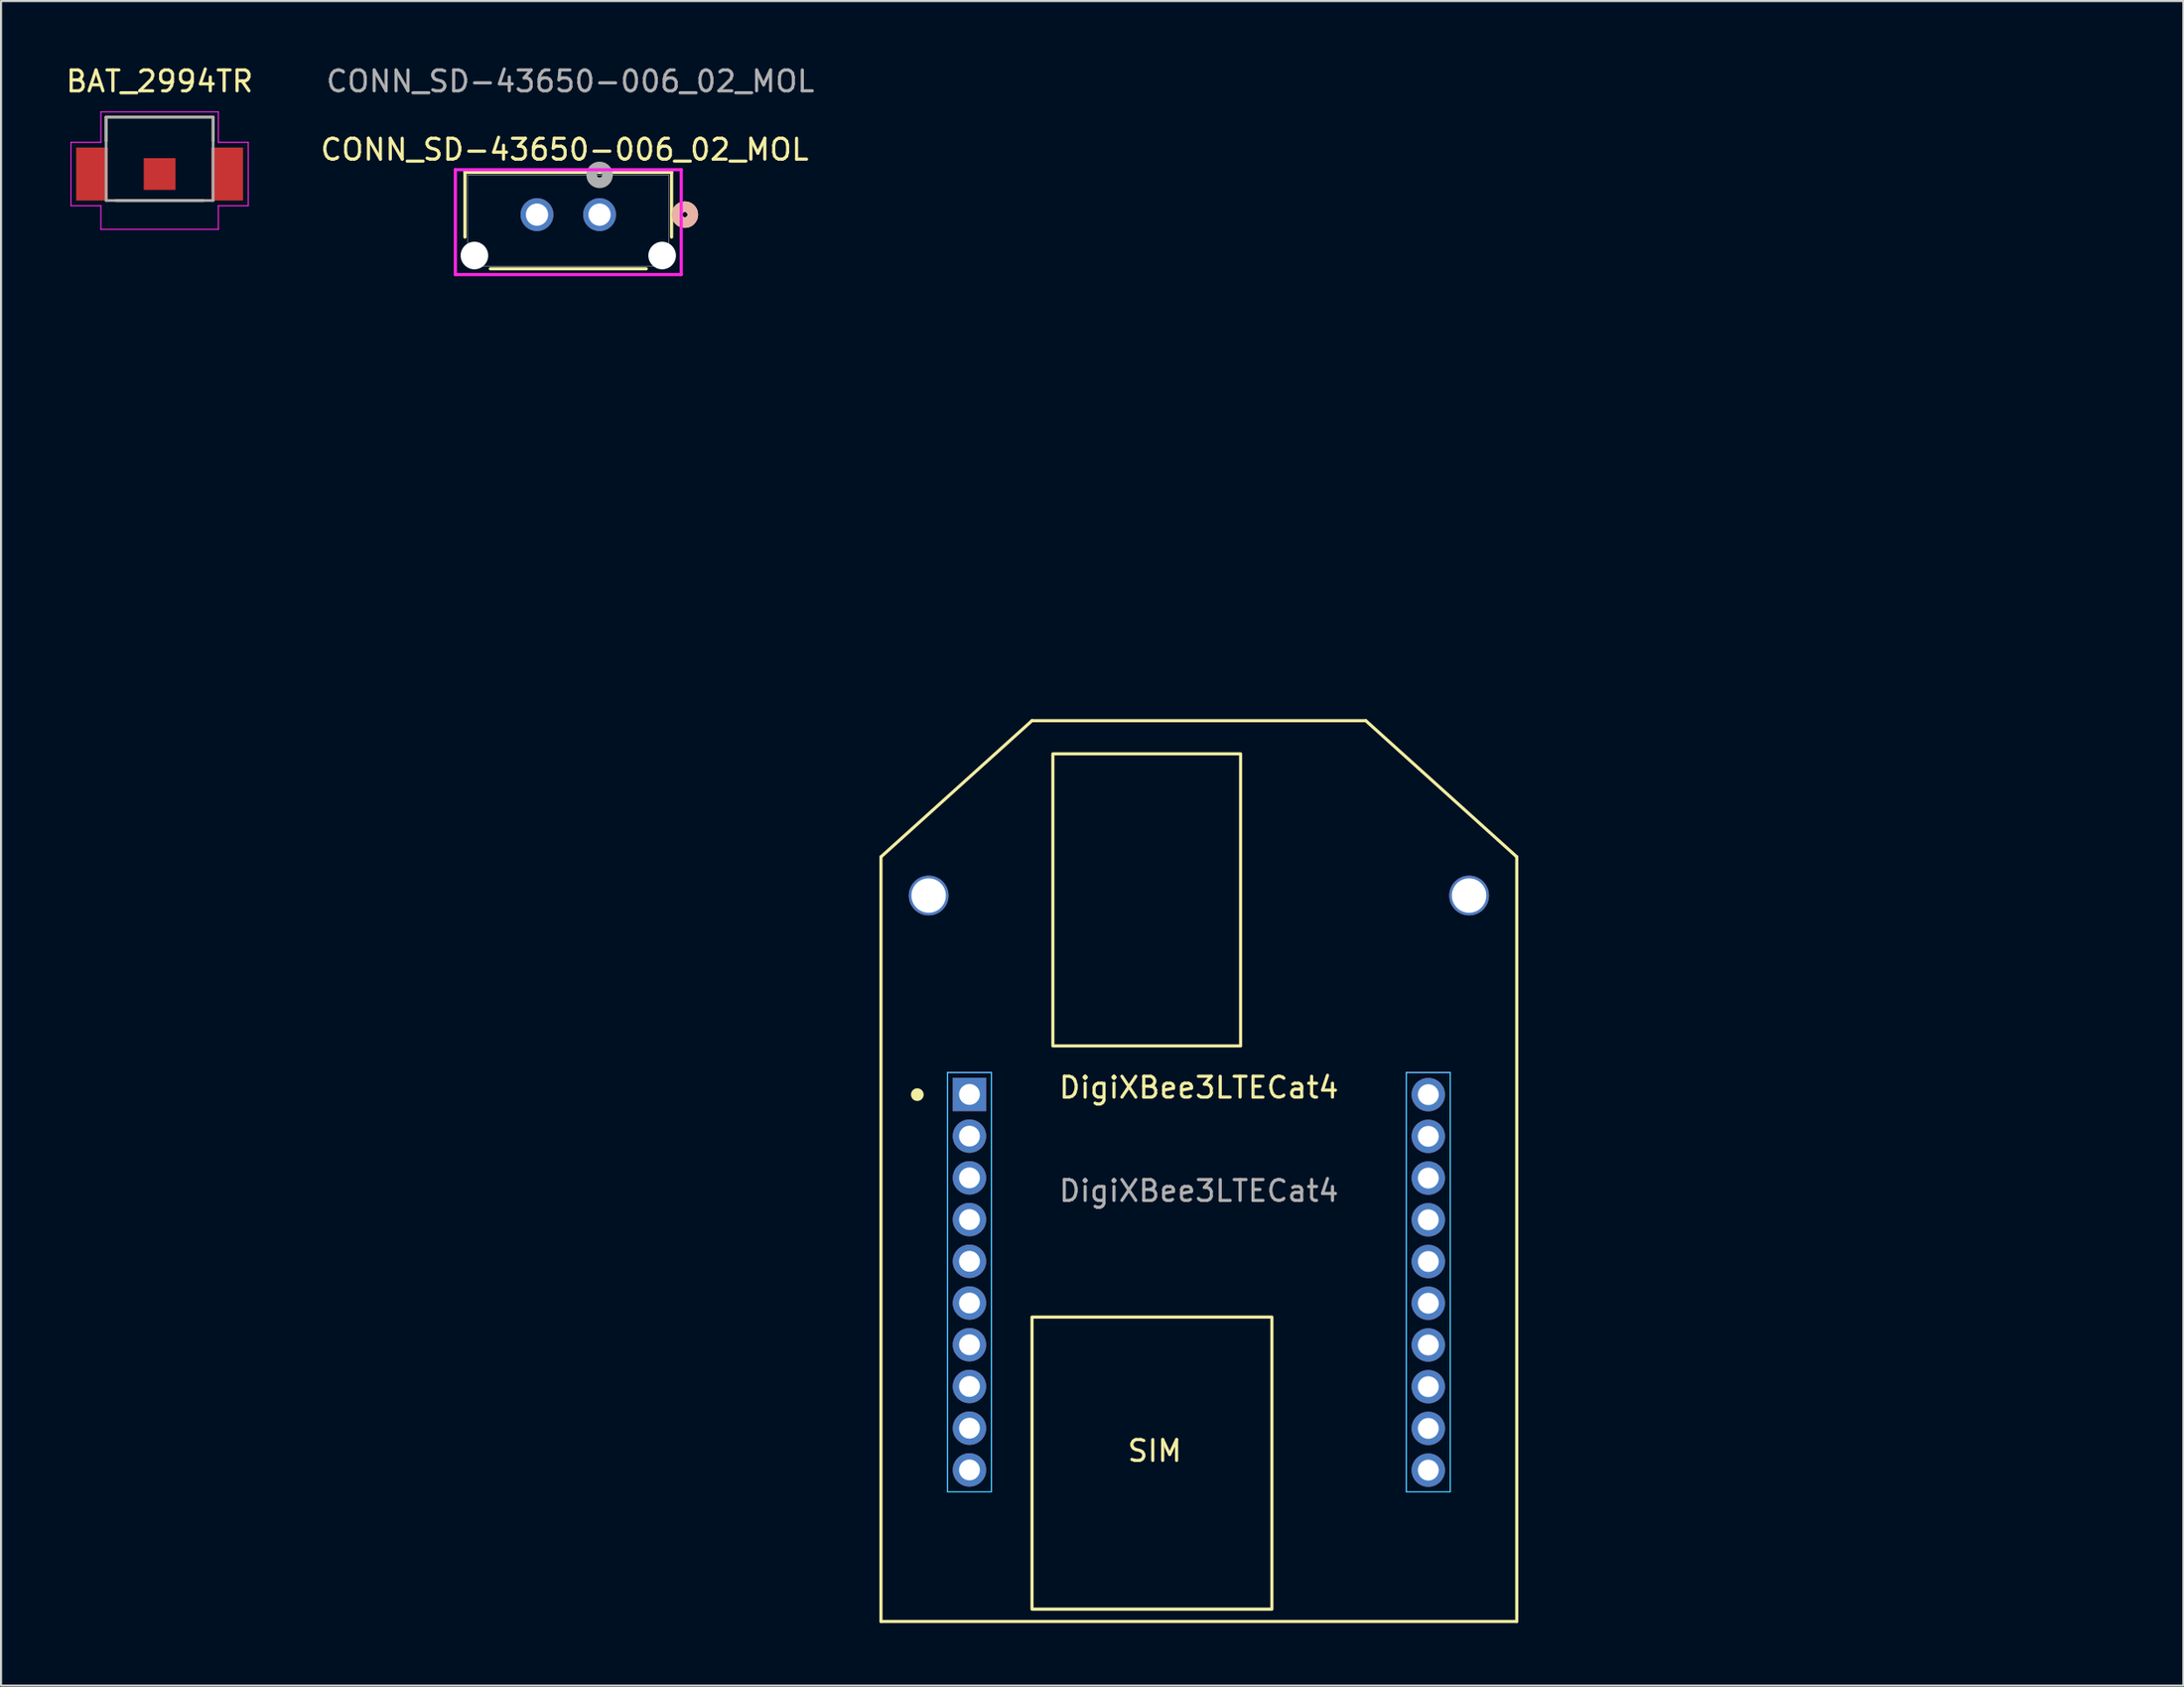
<source format=kicad_pcb>
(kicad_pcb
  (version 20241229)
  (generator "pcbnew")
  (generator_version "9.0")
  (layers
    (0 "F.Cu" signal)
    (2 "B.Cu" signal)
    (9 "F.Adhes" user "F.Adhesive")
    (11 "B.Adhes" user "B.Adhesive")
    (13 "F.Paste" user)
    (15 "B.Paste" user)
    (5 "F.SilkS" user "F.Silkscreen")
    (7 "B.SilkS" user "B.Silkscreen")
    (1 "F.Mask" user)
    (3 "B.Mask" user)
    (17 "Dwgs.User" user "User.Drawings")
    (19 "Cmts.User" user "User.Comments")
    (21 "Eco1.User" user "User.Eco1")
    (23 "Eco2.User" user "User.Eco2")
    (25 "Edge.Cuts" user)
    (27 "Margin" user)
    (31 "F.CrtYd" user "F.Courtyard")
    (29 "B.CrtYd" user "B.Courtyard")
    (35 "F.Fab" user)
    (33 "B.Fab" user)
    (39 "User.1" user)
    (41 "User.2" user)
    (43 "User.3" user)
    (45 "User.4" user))
  (footprint "CONN_SD-43650-006_02_MOL"
    (layer "F.Cu")
    (at 24.193 7.523)
    (property "Reference" "CONN_SD-43650-006_02_MOL" (at -0.175 -3.4 0) (unlocked yes) (layer "F.SilkS") (effects (font (size 1 1) (thickness 0.15))))
    (attr through_hole)
    (fp_line (start -4.953 -2.311) (end -4.953 0.792) (stroke (width 0.152) (type solid)) (layer "F.SilkS"))
    (fp_line (start -3.737 2.311) (end 3.737 2.311) (stroke (width 0.152) (type solid)) (layer "F.SilkS"))
    (fp_line (start 4.953 -2.311) (end -4.953 -2.311) (stroke (width 0.152) (type solid)) (layer "F.SilkS"))
    (fp_line (start 4.953 0.792) (end 4.953 -2.311) (stroke (width 0.152) (type solid)) (layer "F.SilkS"))
    (fp_circle (center 5.588 -0.284) (end 5.969 -0.284) (stroke (width 0.508) (type solid)) (fill no) (layer "F.SilkS"))
    (fp_circle (center 5.588 -0.284) (end 5.969 -0.284) (stroke (width 0.508) (type solid)) (fill no) (layer "B.SilkS"))
    (fp_line (start -5.414 -2.438) (end -5.414 2.59) (stroke (width 0.152) (type solid)) (layer "F.CrtYd"))
    (fp_line (start -5.414 2.59) (end 5.414 2.59) (stroke (width 0.152) (type solid)) (layer "F.CrtYd"))
    (fp_line (start 5.414 -2.438) (end -5.414 -2.438) (stroke (width 0.152) (type solid)) (layer "F.CrtYd"))
    (fp_line (start 5.414 2.59) (end 5.414 -2.438) (stroke (width 0.152) (type solid)) (layer "F.CrtYd"))
    (fp_line (start -4.826 -2.184) (end -4.826 2.184) (stroke (width 0.025) (type solid)) (layer "F.Fab"))
    (fp_line (start -4.826 2.184) (end 4.826 2.184) (stroke (width 0.025) (type solid)) (layer "F.Fab"))
    (fp_line (start 4.826 -2.184) (end -4.826 -2.184) (stroke (width 0.025) (type solid)) (layer "F.Fab"))
    (fp_line (start 4.826 2.184) (end 4.826 -2.184) (stroke (width 0.025) (type solid)) (layer "F.Fab"))
    (fp_circle (center 1.5 -2.189) (end 1.881 -2.189) (stroke (width 0.508) (type solid)) (fill no) (layer "F.Fab"))
    (fp_text user "${REFERENCE}" (at 0.1 -6.675 0) (unlocked yes) (layer "F.Fab") (effects (font (size 1 1) (thickness 0.15))))
    (pad "" np_thru_hole circle (at -4.5 1.676) (size 1.321 1.321) (drill 1.321) (layers "*.Cu" "*.Mask"))
    (pad "" np_thru_hole circle (at 4.5 1.676) (size 1.321 1.321) (drill 1.321) (layers "*.Cu" "*.Mask"))
    (pad "1" thru_hole circle (at 1.5 -0.284) (size 1.575 1.575) (drill 1.067) (layers "*.Cu" "*.Mask"))
    (pad "2" thru_hole circle (at -1.5 -0.284) (size 1.575 1.575) (drill 1.067) (layers "*.Cu" "*.Mask")))
  (footprint "DigiXBee3LTECat4"
    (layer "F.Cu")
    (at 54.423 53.086)
    (property "Reference" "DigiXBee3LTECat4" (at 0 -4 0) (unlocked yes) (layer "F.SilkS") (effects (font (size 1 1) (thickness 0.15))))
    (attr through_hole)
    (fp_line (start -15.24 -15.062) (end -15.24 21.59) (stroke (width 0.15) (type default)) (layer "F.SilkS"))
    (fp_line (start -15.24 -15.062) (end -8.001 -21.59) (stroke (width 0.15) (type default)) (layer "F.SilkS"))
    (fp_line (start -8.001 -21.59) (end 8.001 -21.59) (stroke (width 0.15) (type default)) (layer "F.SilkS"))
    (fp_line (start 15.24 -15.062) (end 8.001 -21.59) (stroke (width 0.15) (type default)) (layer "F.SilkS"))
    (fp_line (start 15.24 -15.062) (end 15.24 21.59) (stroke (width 0.15) (type default)) (layer "F.SilkS"))
    (fp_line (start 15.24 21.59) (end -15.24 21.59) (stroke (width 0.15) (type default)) (layer "F.SilkS"))
    (fp_rect (start -8 7) (end 3.5 21) (stroke (width 0.15) (type default)) (fill no) (layer "F.SilkS"))
    (fp_rect (start -7 -20) (end 2 -6) (stroke (width 0.15) (type default)) (fill no) (layer "F.SilkS"))
    (fp_circle (center -13.498 -3.664) (end -13.244 -3.664) (stroke (width 0.1) (type solid)) (fill yes) (layer "F.SilkS"))
    (fp_line (start -12.048 -4.724) (end -12.048 15.376) (stroke (width 0.05) (type default)) (layer "B.CrtYd"))
    (fp_line (start -12.048 -4.724) (end -9.948 -4.724) (stroke (width 0.05) (type default)) (layer "B.CrtYd"))
    (fp_line (start -12.048 15.376) (end -9.948 15.376) (stroke (width 0.05) (type default)) (layer "B.CrtYd"))
    (fp_line (start -9.948 -4.724) (end -9.948 15.376) (stroke (width 0.05) (type default)) (layer "B.CrtYd"))
    (fp_line (start 9.948 -4.724) (end 9.948 15.376) (stroke (width 0.05) (type default)) (layer "B.CrtYd"))
    (fp_line (start 12.048 -4.724) (end 9.948 -4.724) (stroke (width 0.05) (type default)) (layer "B.CrtYd"))
    (fp_line (start 12.048 -4.724) (end 12.048 15.376) (stroke (width 0.05) (type default)) (layer "B.CrtYd"))
    (fp_line (start 12.048 15.376) (end 9.948 15.376) (stroke (width 0.05) (type default)) (layer "B.CrtYd"))
    (fp_line (start -12.048 -4.724) (end -12.048 15.376) (stroke (width 0.05) (type default)) (layer "F.CrtYd"))
    (fp_line (start -12.048 -4.724) (end -9.948 -4.724) (stroke (width 0.05) (type default)) (layer "F.CrtYd"))
    (fp_line (start -12.048 15.376) (end -9.948 15.376) (stroke (width 0.05) (type default)) (layer "F.CrtYd"))
    (fp_line (start -9.948 -4.724) (end -9.948 15.376) (stroke (width 0.05) (type default)) (layer "F.CrtYd"))
    (fp_line (start 9.948 -4.724) (end 9.948 15.376) (stroke (width 0.05) (type default)) (layer "F.CrtYd"))
    (fp_line (start 12.048 -4.724) (end 9.948 -4.724) (stroke (width 0.05) (type default)) (layer "F.CrtYd"))
    (fp_line (start 12.048 -4.724) (end 12.048 15.376) (stroke (width 0.05) (type default)) (layer "F.CrtYd"))
    (fp_line (start 12.048 15.376) (end 9.948 15.376) (stroke (width 0.05) (type default)) (layer "F.CrtYd"))
    (fp_text user "SIM" (at -3.5 14 0) (unlocked yes) (layer "F.SilkS") (effects (font (size 1 1) (thickness 0.15)) (justify left bottom)))
    (fp_text user "${REFERENCE}" (at 0 0.95 0) (unlocked yes) (layer "F.Fab") (effects (font (size 1 1) (thickness 0.15))))
    (pad "" np_thru_hole circle (at -12.954 -13.208) (size 1.905 1.905) (drill 1.651) (layers "*.Cu" "*.Mask"))
    (pad "" np_thru_hole circle (at 12.954 -13.208) (size 1.905 1.905) (drill 1.651) (layers "*.Cu" "*.Mask"))
    (pad "1" thru_hole rect (at -10.998 -3.674) (size 1.6 1.6) (drill 1) (layers "*.Cu" "*.Mask"))
    (pad "2" thru_hole oval (at -10.998 -1.674) (size 1.6 1.6) (drill 1) (layers "*.Cu" "*.Mask"))
    (pad "3" thru_hole oval (at -10.998 0.326) (size 1.6 1.6) (drill 1) (layers "*.Cu" "*.Mask"))
    (pad "4" thru_hole oval (at -10.998 2.326) (size 1.6 1.6) (drill 1) (layers "*.Cu" "*.Mask"))
    (pad "5" thru_hole oval (at -10.998 4.326) (size 1.6 1.6) (drill 1) (layers "*.Cu" "*.Mask"))
    (pad "6" thru_hole oval (at -10.998 6.326) (size 1.6 1.6) (drill 1) (layers "*.Cu" "*.Mask"))
    (pad "7" thru_hole oval (at -10.998 8.326) (size 1.6 1.6) (drill 1) (layers "*.Cu" "*.Mask"))
    (pad "8" thru_hole oval (at -10.998 10.326) (size 1.6 1.6) (drill 1) (layers "*.Cu" "*.Mask"))
    (pad "9" thru_hole oval (at -10.998 12.326) (size 1.6 1.6) (drill 1) (layers "*.Cu" "*.Mask"))
    (pad "10" thru_hole oval (at -10.998 14.326) (size 1.6 1.6) (drill 1) (layers "*.Cu" "*.Mask"))
    (pad "11" thru_hole oval (at 10.998 14.336) (size 1.6 1.6) (drill 1) (layers "*.Cu" "*.Mask"))
    (pad "12" thru_hole oval (at 10.998 12.336) (size 1.6 1.6) (drill 1) (layers "*.Cu" "*.Mask"))
    (pad "13" thru_hole oval (at 10.998 10.336) (size 1.6 1.6) (drill 1) (layers "*.Cu" "*.Mask"))
    (pad "14" thru_hole oval (at 10.998 8.336) (size 1.6 1.6) (drill 1) (layers "*.Cu" "*.Mask"))
    (pad "15" thru_hole oval (at 10.998 6.336) (size 1.6 1.6) (drill 1) (layers "*.Cu" "*.Mask"))
    (pad "16" thru_hole oval (at 10.998 4.336) (size 1.6 1.6) (drill 1) (layers "*.Cu" "*.Mask"))
    (pad "17" thru_hole oval (at 10.998 2.336) (size 1.6 1.6) (drill 1) (layers "*.Cu" "*.Mask"))
    (pad "18" thru_hole oval (at 10.998 0.336) (size 1.6 1.6) (drill 1) (layers "*.Cu" "*.Mask"))
    (pad "19" thru_hole oval (at 10.998 -1.664) (size 1.6 1.6) (drill 1) (layers "*.Cu" "*.Mask"))
    (pad "20" thru_hole oval (at 10.998 -3.664) (size 1.6 1.6) (drill 1) (layers "*.Cu" "*.Mask"))
    (zone (net_name "") (layers "F.Cu" "F.Mask" "B.Cu" "B.Mask" "F.SilkS" "B.SilkS" "F.Adhes" "B.Adhes" "F.Paste" "B.Paste" "Margin" "B.CrtYd" "F.CrtYd") (name "LTEMHOLE1") (hatch edge 0.5) (connect_pads) (min_thickness 0.25) (filled_areas_thickness no) (keepout (tracks not_allowed) (vias allowed) (pads allowed) (copperpour not_allowed) (footprints allowed)) (placement (enabled no)) (fill) (polygon (pts (xy 42.922 39.878) (xy 42.902 39.639) (xy 42.843 39.406) (xy 42.747 39.187) (xy 42.616 38.986) (xy 42.453 38.809) (xy 42.264 38.662) (xy 42.053 38.548) (xy 41.826 38.47) (xy 41.589 38.43) (xy 41.349 38.43) (xy 41.113 38.47) (xy 40.886 38.548) (xy 40.675 38.662) (xy 40.486 38.809) (xy 40.323 38.986) (xy 40.192 39.187) (xy 40.096 39.406) (xy 40.037 39.639) (xy 40.017 39.878) (xy 40.037 40.117) (xy 40.096 40.35) (xy 40.192 40.569) (xy 40.323 40.77) (xy 40.486 40.947) (xy 40.675 41.094) (xy 40.886 41.208) (xy 41.113 41.286) (xy 41.349 41.326) (xy 41.589 41.326) (xy 41.826 41.286) (xy 42.053 41.208) (xy 42.264 41.094) (xy 42.453 40.947) (xy 42.616 40.77) (xy 42.747 40.569) (xy 42.843 40.35) (xy 42.902 40.117))))
    (zone (net_name "") (layers "F.Cu" "F.Mask" "B.Cu" "B.Mask" "F.SilkS" "B.SilkS" "F.Adhes" "B.Adhes" "F.Paste" "B.Paste" "Margin" "B.CrtYd" "F.CrtYd") (name "LTEMHOLE1") (hatch edge 0.5) (connect_pads) (min_thickness 0.25) (filled_areas_thickness no) (keepout (tracks not_allowed) (vias allowed) (pads allowed) (copperpour not_allowed) (footprints allowed)) (placement (enabled no)) (fill) (polygon (pts (xy 68.83 39.878) (xy 68.81 39.639) (xy 68.751 39.406) (xy 68.655 39.187) (xy 68.524 38.986) (xy 68.361 38.809) (xy 68.172 38.662) (xy 67.961 38.548) (xy 67.734 38.47) (xy 67.497 38.43) (xy 67.257 38.43) (xy 67.021 38.47) (xy 66.794 38.548) (xy 66.583 38.662) (xy 66.394 38.809) (xy 66.231 38.986) (xy 66.1 39.187) (xy 66.004 39.406) (xy 65.945 39.639) (xy 65.925 39.878) (xy 65.945 40.117) (xy 66.004 40.35) (xy 66.1 40.569) (xy 66.231 40.77) (xy 66.394 40.947) (xy 66.583 41.094) (xy 66.794 41.208) (xy 67.021 41.286) (xy 67.257 41.326) (xy 67.497 41.326) (xy 67.734 41.286) (xy 67.961 41.208) (xy 68.172 41.094) (xy 68.361 40.947) (xy 68.524 40.77) (xy 68.655 40.569) (xy 68.751 40.35) (xy 68.81 40.117))))
    (zone (net_name "") (layers "F.Cu" "B.Cu" "F.Paste" "B.Paste") (name "BLEKEEPOUT") (hatch edge 0.5) (connect_pads) (min_thickness 0.25) (filled_areas_thickness no) (keepout (tracks not_allowed) (vias allowed) (pads allowed) (copperpour not_allowed) (footprints allowed)) (placement (enabled no)) (fill) (polygon (pts (xy 57.471 0) (xy 98.619 0) (xy 98.619 40.894) (xy 57.471 40.894)))))
  (footprint "BAT_2994TR"
    (layer "F.Cu")
    (at 4.601 5.293)
    (property "Reference" "BAT_2994TR" (at 0 -4.445 0) (layer "F.SilkS") (effects (font (size 1 1) (thickness 0.15))))
    (attr smd)
    (fp_line (start -2.565 -2.73) (end 2.565 -2.73) (stroke (width 0.127) (type solid)) (layer "F.SilkS"))
    (fp_line (start -2.565 -1.59) (end -2.565 -2.73) (stroke (width 0.127) (type solid)) (layer "F.SilkS"))
    (fp_line (start -2.1 1.27) (end 2.1 1.27) (stroke (width 0.127) (type solid)) (layer "F.SilkS"))
    (fp_line (start 2.565 -2.73) (end 2.565 -1.59) (stroke (width 0.127) (type solid)) (layer "F.SilkS"))
    (fp_line (start -4.25 -1.52) (end -2.815 -1.52) (stroke (width 0.05) (type solid)) (layer "F.CrtYd"))
    (fp_line (start -4.25 1.52) (end -4.25 -1.52) (stroke (width 0.05) (type solid)) (layer "F.CrtYd"))
    (fp_line (start -2.815 -2.98) (end 2.815 -2.98) (stroke (width 0.05) (type solid)) (layer "F.CrtYd"))
    (fp_line (start -2.815 -1.52) (end -2.815 -2.98) (stroke (width 0.05) (type solid)) (layer "F.CrtYd"))
    (fp_line (start -2.815 1.52) (end -4.25 1.52) (stroke (width 0.05) (type solid)) (layer "F.CrtYd"))
    (fp_line (start -2.815 1.52) (end -2.815 2.65) (stroke (width 0.05) (type solid)) (layer "F.CrtYd"))
    (fp_line (start -2.815 2.65) (end 2.815 2.65) (stroke (width 0.05) (type solid)) (layer "F.CrtYd"))
    (fp_line (start 2.815 -2.98) (end 2.815 -1.52) (stroke (width 0.05) (type solid)) (layer "F.CrtYd"))
    (fp_line (start 2.815 -1.52) (end 4.25 -1.52) (stroke (width 0.05) (type solid)) (layer "F.CrtYd"))
    (fp_line (start 2.815 2.65) (end 2.815 1.52) (stroke (width 0.05) (type solid)) (layer "F.CrtYd"))
    (fp_line (start 4.25 -1.52) (end 4.25 1.52) (stroke (width 0.05) (type solid)) (layer "F.CrtYd"))
    (fp_line (start 4.25 1.52) (end 2.815 1.52) (stroke (width 0.05) (type solid)) (layer "F.CrtYd"))
    (fp_line (start -2.565 -2.73) (end 2.565 -2.73) (stroke (width 0.127) (type solid)) (layer "F.Fab"))
    (fp_line (start -2.565 1.27) (end -2.565 -2.73) (stroke (width 0.127) (type solid)) (layer "F.Fab"))
    (fp_line (start -2.565 1.27) (end 2.565 1.27) (stroke (width 0.127) (type solid)) (layer "F.Fab"))
    (fp_line (start 2.565 -2.73) (end 2.565 1.27) (stroke (width 0.127) (type solid)) (layer "F.Fab"))
    (pad "N" smd rect (at 0 0) (size 1.52 1.52) (layers "F.Cu" "F.Mask"))
    (pad "P1" smd rect (at -3.24 0) (size 1.52 2.54) (layers "F.Cu" "F.Mask" "F.Paste"))
    (pad "P2" smd rect (at 3.24 0) (size 1.52 2.54) (layers "F.Cu" "F.Mask" "F.Paste")))
  (gr_rect
    (start -3 -3)
    (end 101.619 77.751)
    (stroke (width 0.1) (type default))
    (fill no)
    (layer "Edge.Cuts")))
</source>
